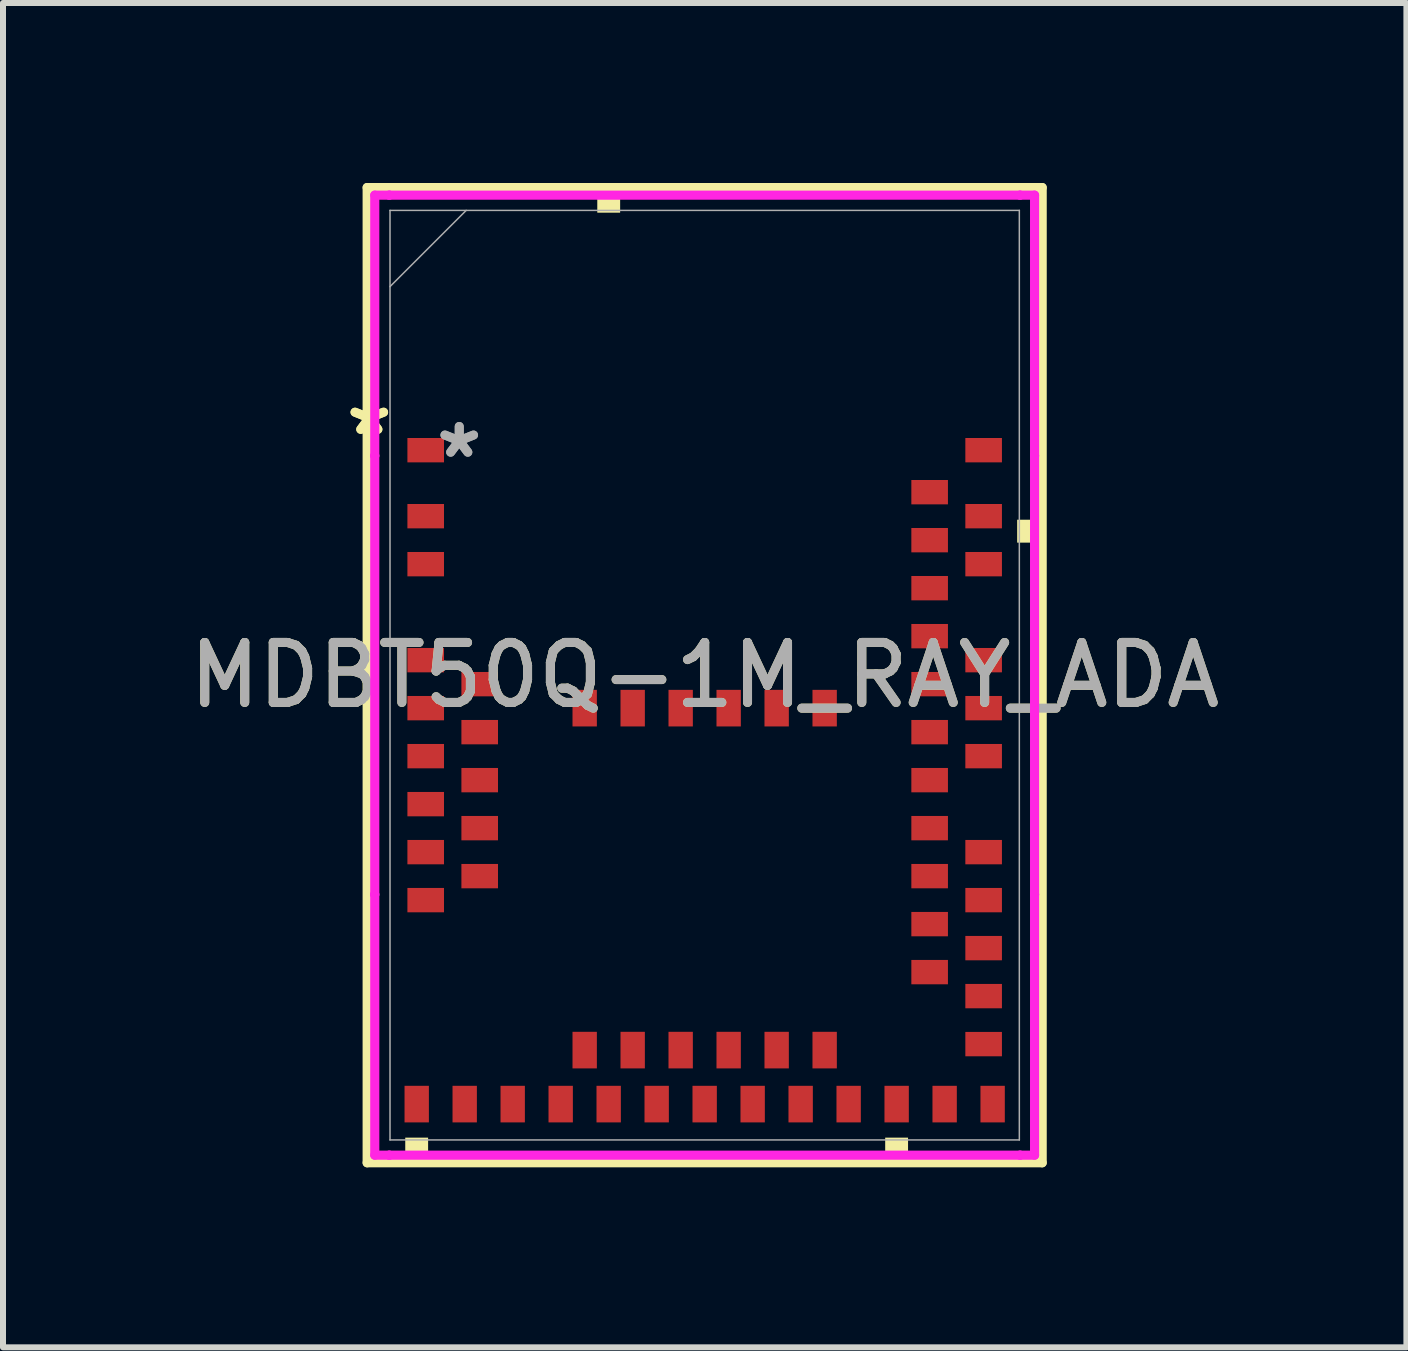
<source format=kicad_pcb>
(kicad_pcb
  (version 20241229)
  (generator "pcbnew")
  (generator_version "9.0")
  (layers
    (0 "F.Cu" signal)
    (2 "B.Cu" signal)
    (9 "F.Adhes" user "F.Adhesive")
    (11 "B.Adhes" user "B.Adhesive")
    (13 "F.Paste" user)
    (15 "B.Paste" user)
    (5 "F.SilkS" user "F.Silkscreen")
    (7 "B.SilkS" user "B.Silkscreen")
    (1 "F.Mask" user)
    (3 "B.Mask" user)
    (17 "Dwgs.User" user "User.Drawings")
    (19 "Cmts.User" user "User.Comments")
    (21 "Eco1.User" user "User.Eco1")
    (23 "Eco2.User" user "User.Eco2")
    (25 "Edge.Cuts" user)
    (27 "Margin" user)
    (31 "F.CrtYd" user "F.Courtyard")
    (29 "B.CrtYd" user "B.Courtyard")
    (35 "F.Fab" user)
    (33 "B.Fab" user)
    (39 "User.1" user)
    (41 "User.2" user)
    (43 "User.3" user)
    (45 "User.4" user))
  (footprint "MDBT50Q-1M_RAY_ADA"
    (layer "F.Cu")
    (at 8.696 8.204)
    (property "Reference" "MDBT50Q-1M_RAY_ADA" (at 0 0 0) (unlocked yes) (layer "F.SilkS") (effects (font (size 1 1) (thickness 0.15))))
    (attr smd)
    (fp_line (start -5.626 -8.128) (end -5.626 8.128) (stroke (width 0.152) (type solid)) (layer "F.SilkS"))
    (fp_line (start -5.626 8.128) (end 5.626 8.128) (stroke (width 0.152) (type solid)) (layer "F.SilkS"))
    (fp_line (start 5.626 -8.128) (end -5.626 -8.128) (stroke (width 0.152) (type solid)) (layer "F.SilkS"))
    (fp_line (start 5.626 8.128) (end 5.626 -8.128) (stroke (width 0.152) (type solid)) (layer "F.SilkS"))
    (fp_poly (pts (xy -4.991 7.709) (xy -4.991 7.963) (xy -4.61 7.963) (xy -4.61 7.709)) (stroke (width 0) (type solid)) (fill yes) (layer "F.SilkS"))
    (fp_poly (pts (xy -1.79 -7.709) (xy -1.79 -7.963) (xy -1.409 -7.963) (xy -1.409 -7.709)) (stroke (width 0) (type solid)) (fill yes) (layer "F.SilkS"))
    (fp_poly (pts (xy 3.009 7.709) (xy 3.009 7.963) (xy 3.39 7.963) (xy 3.39 7.709)) (stroke (width 0) (type solid)) (fill yes) (layer "F.SilkS"))
    (fp_poly (pts (xy 5.463 -2.591) (xy 5.463 -2.209) (xy 5.209 -2.209) (xy 5.209 -2.591)) (stroke (width 0) (type solid)) (fill yes) (layer "F.SilkS"))
    (fp_poly (pts (xy -5.245 -7.747) (xy -5.245 -3.953) (xy 5.245 -3.953) (xy 5.245 -7.747)) (stroke (width 0.1) (type solid)) (fill no) (layer "Eco2.User"))
    (fp_line (start -5.499 -8.001) (end -5.257 -8.001) (stroke (width 0.152) (type solid)) (layer "F.CrtYd"))
    (fp_line (start -5.499 -3.657) (end -5.499 -8.001) (stroke (width 0.152) (type solid)) (layer "F.CrtYd"))
    (fp_line (start -5.499 -3.657) (end -5.499 -3.657) (stroke (width 0.152) (type solid)) (layer "F.CrtYd"))
    (fp_line (start -5.499 3.657) (end -5.499 -3.657) (stroke (width 0.152) (type solid)) (layer "F.CrtYd"))
    (fp_line (start -5.499 3.657) (end -5.499 3.657) (stroke (width 0.152) (type solid)) (layer "F.CrtYd"))
    (fp_line (start -5.499 8.001) (end -5.499 3.657) (stroke (width 0.152) (type solid)) (layer "F.CrtYd"))
    (fp_line (start -5.257 -8.001) (end -5.257 -8.001) (stroke (width 0.152) (type solid)) (layer "F.CrtYd"))
    (fp_line (start -5.257 -8.001) (end 5.257 -8.001) (stroke (width 0.152) (type solid)) (layer "F.CrtYd"))
    (fp_line (start -5.257 8.001) (end -5.499 8.001) (stroke (width 0.152) (type solid)) (layer "F.CrtYd"))
    (fp_line (start -5.257 8.001) (end -5.257 8.001) (stroke (width 0.152) (type solid)) (layer "F.CrtYd"))
    (fp_line (start 5.257 -8.001) (end 5.257 -8.001) (stroke (width 0.152) (type solid)) (layer "F.CrtYd"))
    (fp_line (start 5.257 -8.001) (end 5.499 -8.001) (stroke (width 0.152) (type solid)) (layer "F.CrtYd"))
    (fp_line (start 5.257 8.001) (end -5.257 8.001) (stroke (width 0.152) (type solid)) (layer "F.CrtYd"))
    (fp_line (start 5.257 8.001) (end 5.257 8.001) (stroke (width 0.152) (type solid)) (layer "F.CrtYd"))
    (fp_line (start 5.499 -8.001) (end 5.499 -3.657) (stroke (width 0.152) (type solid)) (layer "F.CrtYd"))
    (fp_line (start 5.499 -3.657) (end 5.499 -3.657) (stroke (width 0.152) (type solid)) (layer "F.CrtYd"))
    (fp_line (start 5.499 -3.657) (end 5.499 3.657) (stroke (width 0.152) (type solid)) (layer "F.CrtYd"))
    (fp_line (start 5.499 3.657) (end 5.499 3.657) (stroke (width 0.152) (type solid)) (layer "F.CrtYd"))
    (fp_line (start 5.499 3.657) (end 5.499 8.001) (stroke (width 0.152) (type solid)) (layer "F.CrtYd"))
    (fp_line (start 5.499 8.001) (end 5.257 8.001) (stroke (width 0.152) (type solid)) (layer "F.CrtYd"))
    (fp_line (start -5.245 -7.747) (end -5.245 7.747) (stroke (width 0.025) (type solid)) (layer "F.Fab"))
    (fp_line (start -5.245 -6.477) (end -3.975 -7.747) (stroke (width 0.025) (type solid)) (layer "F.Fab"))
    (fp_line (start -5.245 7.747) (end 5.245 7.747) (stroke (width 0.025) (type solid)) (layer "F.Fab"))
    (fp_line (start 5.245 -7.747) (end -5.245 -7.747) (stroke (width 0.025) (type solid)) (layer "F.Fab"))
    (fp_line (start 5.245 7.747) (end 5.245 -7.747) (stroke (width 0.025) (type solid)) (layer "F.Fab"))
    (fp_text user "*" (at -5.59 -3.981 0) (layer "F.SilkS") (effects (font (size 1 1) (thickness 0.15))))
    (fp_text user "*" (at -5.59 -3.981 0) (unlocked yes) (layer "F.SilkS") (effects (font (size 1 1) (thickness 0.15))))
    (fp_text user "*" (at -4.091 -3.6 0) (unlocked yes) (layer "F.Fab") (effects (font (size 1 1) (thickness 0.15))))
    (fp_text user "${REFERENCE}" (at 0 0 0) (unlocked yes) (layer "F.Fab") (effects (font (size 1 1) (thickness 0.15))))
    (fp_text user "*" (at -4.091 -3.6 0) (layer "F.Fab") (effects (font (size 1 1) (thickness 0.15))))
    (pad "1" smd rect (at -4.65 -3.75 90) (size 0.406 0.61) (layers "F.Cu" "F.Mask" "F.Paste"))
    (pad "2" smd rect (at -4.65 -2.65 90) (size 0.406 0.61) (layers "F.Cu" "F.Mask" "F.Paste"))
    (pad "3" smd rect (at -4.65 -1.85 90) (size 0.406 0.61) (layers "F.Cu" "F.Mask" "F.Paste"))
    (pad "4" smd rect (at -4.65 -0.25 90) (size 0.406 0.61) (layers "F.Cu" "F.Mask" "F.Paste"))
    (pad "5" smd rect (at -3.75 0.15 90) (size 0.406 0.61) (layers "F.Cu" "F.Mask" "F.Paste"))
    (pad "6" smd rect (at -4.65 0.55 90) (size 0.406 0.61) (layers "F.Cu" "F.Mask" "F.Paste"))
    (pad "7" smd rect (at -3.75 0.95 90) (size 0.406 0.61) (layers "F.Cu" "F.Mask" "F.Paste"))
    (pad "8" smd rect (at -4.65 1.35 90) (size 0.406 0.61) (layers "F.Cu" "F.Mask" "F.Paste"))
    (pad "9" smd rect (at -3.75 1.75 90) (size 0.406 0.61) (layers "F.Cu" "F.Mask" "F.Paste"))
    (pad "10" smd rect (at -4.65 2.15 90) (size 0.406 0.61) (layers "F.Cu" "F.Mask" "F.Paste"))
    (pad "11" smd rect (at -3.75 2.55 90) (size 0.406 0.61) (layers "F.Cu" "F.Mask" "F.Paste"))
    (pad "12" smd rect (at -4.65 2.95 90) (size 0.406 0.61) (layers "F.Cu" "F.Mask" "F.Paste"))
    (pad "13" smd rect (at -3.75 3.35 90) (size 0.406 0.61) (layers "F.Cu" "F.Mask" "F.Paste"))
    (pad "14" smd rect (at -4.65 3.75 90) (size 0.406 0.61) (layers "F.Cu" "F.Mask" "F.Paste"))
    (pad "15" smd rect (at -4.8 7.15) (size 0.406 0.61) (layers "F.Cu" "F.Mask" "F.Paste"))
    (pad "16" smd rect (at -4 7.15) (size 0.406 0.61) (layers "F.Cu" "F.Mask" "F.Paste"))
    (pad "17" smd rect (at -3.2 7.15) (size 0.406 0.61) (layers "F.Cu" "F.Mask" "F.Paste"))
    (pad "18" smd rect (at -2.4 7.15) (size 0.406 0.61) (layers "F.Cu" "F.Mask" "F.Paste"))
    (pad "19" smd rect (at -2 6.25) (size 0.406 0.61) (layers "F.Cu" "F.Mask" "F.Paste"))
    (pad "20" smd rect (at -1.6 7.15) (size 0.406 0.61) (layers "F.Cu" "F.Mask" "F.Paste"))
    (pad "21" smd rect (at -1.2 6.25) (size 0.406 0.61) (layers "F.Cu" "F.Mask" "F.Paste"))
    (pad "22" smd rect (at -0.8 7.15) (size 0.406 0.61) (layers "F.Cu" "F.Mask" "F.Paste"))
    (pad "23" smd rect (at -0.4 6.25) (size 0.406 0.61) (layers "F.Cu" "F.Mask" "F.Paste"))
    (pad "24" smd rect (at 0 7.15) (size 0.406 0.61) (layers "F.Cu" "F.Mask" "F.Paste"))
    (pad "25" smd rect (at 0.4 6.25) (size 0.406 0.61) (layers "F.Cu" "F.Mask" "F.Paste"))
    (pad "26" smd rect (at 0.8 7.15) (size 0.406 0.61) (layers "F.Cu" "F.Mask" "F.Paste"))
    (pad "27" smd rect (at 1.2 6.25) (size 0.406 0.61) (layers "F.Cu" "F.Mask" "F.Paste"))
    (pad "28" smd rect (at 1.6 7.15) (size 0.406 0.61) (layers "F.Cu" "F.Mask" "F.Paste"))
    (pad "29" smd rect (at 2 6.25) (size 0.406 0.61) (layers "F.Cu" "F.Mask" "F.Paste"))
    (pad "30" smd rect (at 2.4 7.15) (size 0.406 0.61) (layers "F.Cu" "F.Mask" "F.Paste"))
    (pad "31" smd rect (at 3.2 7.15) (size 0.406 0.61) (layers "F.Cu" "F.Mask" "F.Paste"))
    (pad "32" smd rect (at 4 7.15) (size 0.406 0.61) (layers "F.Cu" "F.Mask" "F.Paste"))
    (pad "33" smd rect (at 4.8 7.15) (size 0.406 0.61) (layers "F.Cu" "F.Mask" "F.Paste"))
    (pad "34" smd rect (at 4.65 6.15 90) (size 0.406 0.61) (layers "F.Cu" "F.Mask" "F.Paste"))
    (pad "35" smd rect (at 4.65 5.35 90) (size 0.406 0.61) (layers "F.Cu" "F.Mask" "F.Paste"))
    (pad "36" smd rect (at 3.75 4.95 90) (size 0.406 0.61) (layers "F.Cu" "F.Mask" "F.Paste"))
    (pad "37" smd rect (at 4.65 4.55 90) (size 0.406 0.61) (layers "F.Cu" "F.Mask" "F.Paste"))
    (pad "38" smd rect (at 3.75 4.15 90) (size 0.406 0.61) (layers "F.Cu" "F.Mask" "F.Paste"))
    (pad "39" smd rect (at 4.65 3.75 90) (size 0.406 0.61) (layers "F.Cu" "F.Mask" "F.Paste"))
    (pad "40" smd rect (at 3.75 3.35 90) (size 0.406 0.61) (layers "F.Cu" "F.Mask" "F.Paste"))
    (pad "41" smd rect (at 4.65 2.95 90) (size 0.406 0.61) (layers "F.Cu" "F.Mask" "F.Paste"))
    (pad "42" smd rect (at 3.75 2.55 90) (size 0.406 0.61) (layers "F.Cu" "F.Mask" "F.Paste"))
    (pad "43" smd rect (at 3.75 1.75 90) (size 0.406 0.61) (layers "F.Cu" "F.Mask" "F.Paste"))
    (pad "44" smd rect (at 4.65 1.35 90) (size 0.406 0.61) (layers "F.Cu" "F.Mask" "F.Paste"))
    (pad "45" smd rect (at 3.75 0.95 90) (size 0.406 0.61) (layers "F.Cu" "F.Mask" "F.Paste"))
    (pad "46" smd rect (at 4.65 0.55 90) (size 0.406 0.61) (layers "F.Cu" "F.Mask" "F.Paste"))
    (pad "47" smd rect (at 3.75 0.15 90) (size 0.406 0.61) (layers "F.Cu" "F.Mask" "F.Paste"))
    (pad "48" smd rect (at 4.65 -0.25 90) (size 0.406 0.61) (layers "F.Cu" "F.Mask" "F.Paste"))
    (pad "49" smd rect (at 3.75 -0.65 90) (size 0.406 0.61) (layers "F.Cu" "F.Mask" "F.Paste"))
    (pad "50" smd rect (at 3.75 -1.45 90) (size 0.406 0.61) (layers "F.Cu" "F.Mask" "F.Paste"))
    (pad "51" smd rect (at 4.65 -1.85 90) (size 0.406 0.61) (layers "F.Cu" "F.Mask" "F.Paste"))
    (pad "52" smd rect (at 3.75 -2.25 90) (size 0.406 0.61) (layers "F.Cu" "F.Mask" "F.Paste"))
    (pad "53" smd rect (at 4.65 -2.65 90) (size 0.406 0.61) (layers "F.Cu" "F.Mask" "F.Paste"))
    (pad "54" smd rect (at 3.75 -3.05 90) (size 0.406 0.61) (layers "F.Cu" "F.Mask" "F.Paste"))
    (pad "55" smd rect (at 4.65 -3.75 90) (size 0.406 0.61) (layers "F.Cu" "F.Mask" "F.Paste"))
    (pad "56" smd rect (at -2 0.55) (size 0.406 0.61) (layers "F.Cu" "F.Mask" "F.Paste"))
    (pad "57" smd rect (at -1.2 0.55) (size 0.406 0.61) (layers "F.Cu" "F.Mask" "F.Paste"))
    (pad "58" smd rect (at -0.4 0.55) (size 0.406 0.61) (layers "F.Cu" "F.Mask" "F.Paste"))
    (pad "59" smd rect (at 0.4 0.55) (size 0.406 0.61) (layers "F.Cu" "F.Mask" "F.Paste"))
    (pad "60" smd rect (at 1.2 0.55) (size 0.406 0.61) (layers "F.Cu" "F.Mask" "F.Paste"))
    (pad "61" smd rect (at 2 0.55) (size 0.406 0.61) (layers "F.Cu" "F.Mask" "F.Paste")))
  (gr_rect
    (start -3 -3)
    (end 20.393 19.408)
    (stroke (width 0.1) (type default))
    (fill no)
    (layer "Edge.Cuts")))
</source>
